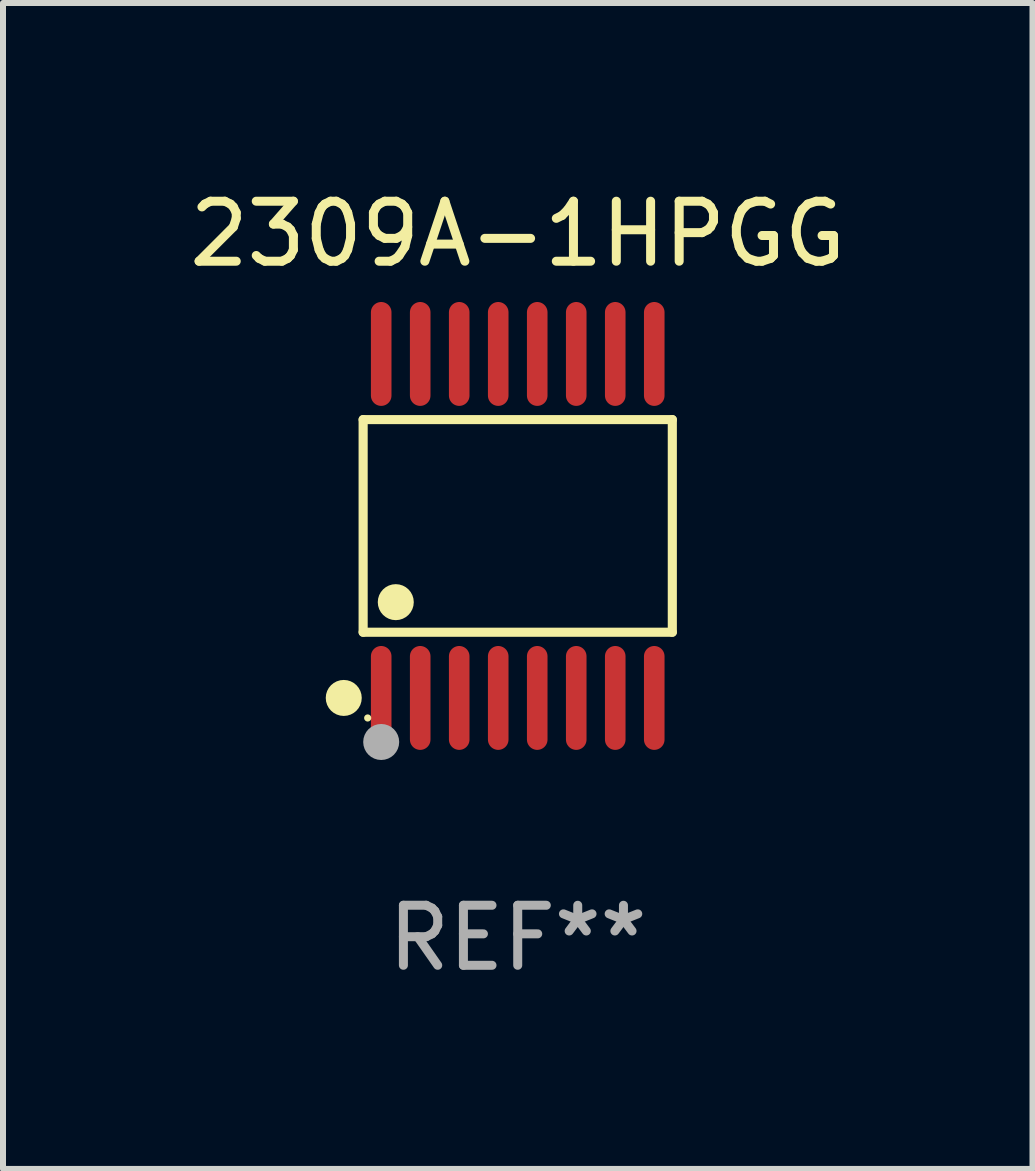
<source format=kicad_pcb>
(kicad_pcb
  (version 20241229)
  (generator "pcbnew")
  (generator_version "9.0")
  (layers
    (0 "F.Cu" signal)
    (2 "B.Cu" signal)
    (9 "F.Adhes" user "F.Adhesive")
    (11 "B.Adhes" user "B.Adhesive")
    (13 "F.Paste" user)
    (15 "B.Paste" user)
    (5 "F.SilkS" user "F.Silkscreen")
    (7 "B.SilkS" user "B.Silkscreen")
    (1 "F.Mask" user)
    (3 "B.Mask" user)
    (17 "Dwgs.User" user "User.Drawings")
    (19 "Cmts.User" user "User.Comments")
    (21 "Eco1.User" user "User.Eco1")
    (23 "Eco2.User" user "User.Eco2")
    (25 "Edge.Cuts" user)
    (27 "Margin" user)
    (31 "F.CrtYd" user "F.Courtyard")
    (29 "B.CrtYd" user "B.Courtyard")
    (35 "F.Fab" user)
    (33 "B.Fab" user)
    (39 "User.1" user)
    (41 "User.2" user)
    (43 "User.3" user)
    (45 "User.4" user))
  (footprint "2309A-1HPGG"
    (layer "F.Cu")
    (at 5.577 5.714)
    (property "Reference" "2309A-1HPGG" (at 0 -4.866 0) (layer "F.SilkS") (effects (font (size 1 1) (thickness 0.15))))
    (attr through_hole)
    (fp_line (start -2.576 -1.772) (end 2.576 -1.772) (stroke (width 0.152) (type solid)) (layer "F.SilkS"))
    (fp_line (start -2.576 1.771) (end -2.576 -1.772) (stroke (width 0.152) (type solid)) (layer "F.SilkS"))
    (fp_line (start 2.576 -1.772) (end 2.576 1.771) (stroke (width 0.152) (type solid)) (layer "F.SilkS"))
    (fp_line (start 2.576 1.771) (end -2.576 1.771) (stroke (width 0.152) (type solid)) (layer "F.SilkS"))
    (fp_circle (center -2.899 2.866) (end -2.749 2.866) (stroke (width 0.3) (type solid)) (fill no) (layer "F.SilkS"))
    (fp_circle (center -2.5 3.2) (end -2.47 3.2) (stroke (width 0.06) (type solid)) (fill no) (layer "F.SilkS"))
    (fp_circle (center -2.032 1.27) (end -1.882 1.27) (stroke (width 0.3) (type solid)) (fill no) (layer "F.SilkS"))
    (fp_circle (center -2.275 3.6) (end -2.125 3.6) (stroke (width 0.3) (type solid)) (fill no) (layer "F.Fab"))
    (fp_text user "REF**" (at 0 6.866 0) (layer "F.Fab") (effects (font (size 1 1) (thickness 0.15))))
    (pad "1" smd oval (at -2.275 2.866) (size 0.343 1.731) (layers "F.Cu" "F.Mask" "F.Paste"))
    (pad "2" smd oval (at -1.625 2.866) (size 0.343 1.731) (layers "F.Cu" "F.Mask" "F.Paste"))
    (pad "3" smd oval (at -0.975 2.866) (size 0.343 1.731) (layers "F.Cu" "F.Mask" "F.Paste"))
    (pad "4" smd oval (at -0.325 2.866) (size 0.343 1.731) (layers "F.Cu" "F.Mask" "F.Paste"))
    (pad "5" smd oval (at 0.325 2.866) (size 0.343 1.731) (layers "F.Cu" "F.Mask" "F.Paste"))
    (pad "6" smd oval (at 0.975 2.866) (size 0.343 1.731) (layers "F.Cu" "F.Mask" "F.Paste"))
    (pad "7" smd oval (at 1.625 2.866) (size 0.343 1.731) (layers "F.Cu" "F.Mask" "F.Paste"))
    (pad "8" smd oval (at 2.275 2.866) (size 0.343 1.731) (layers "F.Cu" "F.Mask" "F.Paste"))
    (pad "9" smd oval (at 2.275 -2.866) (size 0.343 1.731) (layers "F.Cu" "F.Mask" "F.Paste"))
    (pad "10" smd oval (at 1.625 -2.866) (size 0.343 1.731) (layers "F.Cu" "F.Mask" "F.Paste"))
    (pad "11" smd oval (at 0.975 -2.866) (size 0.343 1.731) (layers "F.Cu" "F.Mask" "F.Paste"))
    (pad "12" smd oval (at 0.325 -2.866) (size 0.343 1.731) (layers "F.Cu" "F.Mask" "F.Paste"))
    (pad "13" smd oval (at -0.325 -2.866) (size 0.343 1.731) (layers "F.Cu" "F.Mask" "F.Paste"))
    (pad "14" smd oval (at -0.975 -2.866) (size 0.343 1.731) (layers "F.Cu" "F.Mask" "F.Paste"))
    (pad "15" smd oval (at -1.625 -2.866) (size 0.343 1.731) (layers "F.Cu" "F.Mask" "F.Paste"))
    (pad "16" smd oval (at -2.275 -2.866) (size 0.343 1.731) (layers "F.Cu" "F.Mask" "F.Paste")))
  (gr_rect
    (start -3 -3)
    (end 14.155 16.428)
    (stroke (width 0.1) (type default))
    (fill no)
    (layer "Edge.Cuts")))
</source>
